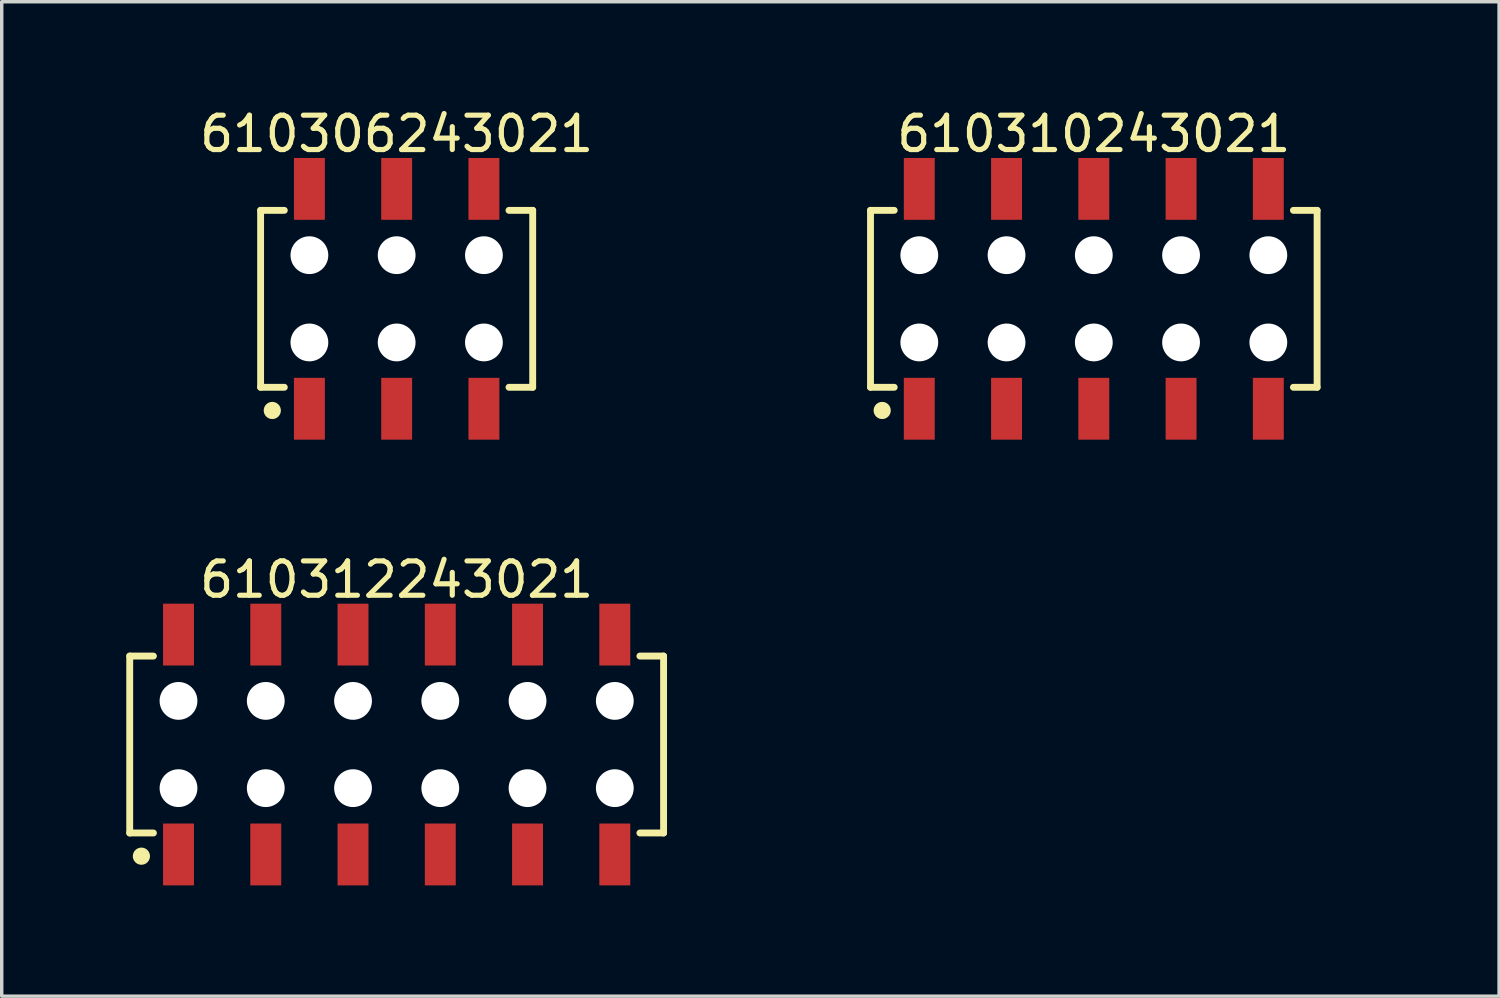
<source format=kicad_pcb>
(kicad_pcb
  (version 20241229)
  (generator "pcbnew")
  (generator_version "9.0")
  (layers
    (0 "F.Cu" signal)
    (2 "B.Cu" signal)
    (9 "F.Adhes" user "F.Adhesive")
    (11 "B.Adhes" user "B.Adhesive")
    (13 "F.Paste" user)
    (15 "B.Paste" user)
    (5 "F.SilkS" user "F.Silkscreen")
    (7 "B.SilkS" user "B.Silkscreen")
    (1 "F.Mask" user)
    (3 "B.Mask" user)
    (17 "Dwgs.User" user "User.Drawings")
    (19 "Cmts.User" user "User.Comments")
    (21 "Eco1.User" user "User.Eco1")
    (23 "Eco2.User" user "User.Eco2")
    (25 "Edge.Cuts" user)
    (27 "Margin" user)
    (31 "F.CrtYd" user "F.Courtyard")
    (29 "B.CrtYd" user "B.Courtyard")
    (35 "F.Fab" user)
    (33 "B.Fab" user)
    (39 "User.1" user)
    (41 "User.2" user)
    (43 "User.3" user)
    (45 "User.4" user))
  (footprint "610306243021"
    (layer "F.Cu")
    (at 8.496 5.648)
    (property "Reference" "610306243021" (at 0 -4.8 0) (layer "F.SilkS") (effects (font (size 1 1) (thickness 0.15))))
    (fp_line (start -3.96 -2.575) (end -3.27 -2.575) (stroke (width 0.2) (type solid)) (layer "F.SilkS"))
    (fp_line (start -3.96 2.575) (end -3.96 -2.575) (stroke (width 0.2) (type solid)) (layer "F.SilkS"))
    (fp_line (start -3.96 2.575) (end -3.27 2.575) (stroke (width 0.2) (type solid)) (layer "F.SilkS"))
    (fp_line (start 3.27 -2.575) (end 3.96 -2.575) (stroke (width 0.2) (type solid)) (layer "F.SilkS"))
    (fp_line (start 3.27 2.575) (end 3.96 2.575) (stroke (width 0.2) (type solid)) (layer "F.SilkS"))
    (fp_line (start 3.96 2.575) (end 3.96 -2.575) (stroke (width 0.2) (type solid)) (layer "F.SilkS"))
    (fp_circle (center -3.62 3.25) (end -3.62 3.125) (stroke (width 0.25) (type solid)) (fill no) (layer "F.SilkS"))
    (fp_line (start -4.16 -4.3) (end 4.16 -4.3) (stroke (width 0.05) (type solid)) (layer "Eco2.User"))
    (fp_line (start -4.16 4.3) (end -4.16 -4.3) (stroke (width 0.05) (type solid)) (layer "Eco2.User"))
    (fp_line (start -4.16 4.3) (end 4.16 4.3) (stroke (width 0.05) (type solid)) (layer "Eco2.User"))
    (fp_line (start -3.81 -2.5) (end 3.81 -2.5) (stroke (width 0.1) (type solid)) (layer "Eco2.User"))
    (fp_line (start -3.81 2.5) (end -3.81 -2.5) (stroke (width 0.1) (type solid)) (layer "Eco2.User"))
    (fp_line (start -3.81 2.5) (end 3.81 2.5) (stroke (width 0.1) (type solid)) (layer "Eco2.User"))
    (fp_line (start -2.79 -3.6) (end -2.29 -3.6) (stroke (width 0.1) (type solid)) (layer "Eco2.User"))
    (fp_line (start -2.79 -2.5) (end -2.79 -3.6) (stroke (width 0.1) (type solid)) (layer "Eco2.User"))
    (fp_line (start -2.79 3.6) (end -2.79 2.5) (stroke (width 0.1) (type solid)) (layer "Eco2.User"))
    (fp_line (start -2.79 3.6) (end -2.29 3.6) (stroke (width 0.1) (type solid)) (layer "Eco2.User"))
    (fp_line (start -2.29 -2.5) (end -2.29 -3.6) (stroke (width 0.1) (type solid)) (layer "Eco2.User"))
    (fp_line (start -2.29 3.6) (end -2.29 2.5) (stroke (width 0.1) (type solid)) (layer "Eco2.User"))
    (fp_line (start -0.5 0) (end 0.5 0) (stroke (width 0.05) (type solid)) (layer "Eco2.User"))
    (fp_line (start -0.25 -3.6) (end 0.25 -3.6) (stroke (width 0.1) (type solid)) (layer "Eco2.User"))
    (fp_line (start -0.25 -2.5) (end -0.25 -3.6) (stroke (width 0.1) (type solid)) (layer "Eco2.User"))
    (fp_line (start -0.25 3.6) (end -0.25 2.5) (stroke (width 0.1) (type solid)) (layer "Eco2.User"))
    (fp_line (start -0.25 3.6) (end 0.25 3.6) (stroke (width 0.1) (type solid)) (layer "Eco2.User"))
    (fp_line (start 0 0.5) (end 0 -0.5) (stroke (width 0.05) (type solid)) (layer "Eco2.User"))
    (fp_line (start 0.25 -2.5) (end 0.25 -3.6) (stroke (width 0.1) (type solid)) (layer "Eco2.User"))
    (fp_line (start 0.25 3.6) (end 0.25 2.5) (stroke (width 0.1) (type solid)) (layer "Eco2.User"))
    (fp_line (start 2.29 -3.6) (end 2.79 -3.6) (stroke (width 0.1) (type solid)) (layer "Eco2.User"))
    (fp_line (start 2.29 -2.5) (end 2.29 -3.6) (stroke (width 0.1) (type solid)) (layer "Eco2.User"))
    (fp_line (start 2.29 3.6) (end 2.29 2.5) (stroke (width 0.1) (type solid)) (layer "Eco2.User"))
    (fp_line (start 2.29 3.6) (end 2.79 3.6) (stroke (width 0.1) (type solid)) (layer "Eco2.User"))
    (fp_line (start 2.79 -2.5) (end 2.79 -3.6) (stroke (width 0.1) (type solid)) (layer "Eco2.User"))
    (fp_line (start 2.79 3.6) (end 2.79 2.5) (stroke (width 0.1) (type solid)) (layer "Eco2.User"))
    (fp_line (start 3.81 2.5) (end 3.81 -2.5) (stroke (width 0.1) (type solid)) (layer "Eco2.User"))
    (fp_line (start 4.16 4.3) (end 4.16 -4.3) (stroke (width 0.05) (type solid)) (layer "Eco2.User"))
    (fp_text user "${REFERENCE}" (at 0.15 -0.197 0) (unlocked yes) (layer "User.3") (effects (font (size 1.5 1.5) (thickness 0.15))))
    (pad "" np_thru_hole circle (at -2.54 -1.27) (size 1.1 1.1) (drill 1.1) (layers "*.Cu" "*.Mask"))
    (pad "" np_thru_hole circle (at -2.54 1.27) (size 1.1 1.1) (drill 1.1) (layers "*.Cu" "*.Mask"))
    (pad "" np_thru_hole circle (at 0 -1.27) (size 1.1 1.1) (drill 1.1) (layers "*.Cu" "*.Mask"))
    (pad "" np_thru_hole circle (at 0 1.27) (size 1.1 1.1) (drill 1.1) (layers "*.Cu" "*.Mask"))
    (pad "" np_thru_hole circle (at 2.54 -1.27) (size 1.1 1.1) (drill 1.1) (layers "*.Cu" "*.Mask"))
    (pad "" np_thru_hole circle (at 2.54 1.27) (size 1.1 1.1) (drill 1.1) (layers "*.Cu" "*.Mask"))
    (pad "1" smd rect (at -2.54 3.2) (size 0.9 1.8) (layers "F.Cu" "F.Mask" "F.Paste"))
    (pad "2" smd rect (at -2.54 -3.2) (size 0.9 1.8) (layers "F.Cu" "F.Mask" "F.Paste"))
    (pad "3" smd rect (at 0 3.2) (size 0.9 1.8) (layers "F.Cu" "F.Mask" "F.Paste"))
    (pad "4" smd rect (at 0 -3.2) (size 0.9 1.8) (layers "F.Cu" "F.Mask" "F.Paste"))
    (pad "5" smd rect (at 2.54 3.2) (size 0.9 1.8) (layers "F.Cu" "F.Mask" "F.Paste"))
    (pad "6" smd rect (at 2.54 -3.2) (size 0.9 1.8) (layers "F.Cu" "F.Mask" "F.Paste")))
  (footprint "610310243021"
    (layer "F.Cu")
    (at 28.789 5.648)
    (property "Reference" "610310243021" (at 0 -4.8 0) (layer "F.SilkS") (effects (font (size 1 1) (thickness 0.15))))
    (fp_line (start -6.5 -2.575) (end -5.81 -2.575) (stroke (width 0.2) (type solid)) (layer "F.SilkS"))
    (fp_line (start -6.5 2.575) (end -6.5 -2.575) (stroke (width 0.2) (type solid)) (layer "F.SilkS"))
    (fp_line (start -6.5 2.575) (end -5.81 2.575) (stroke (width 0.2) (type solid)) (layer "F.SilkS"))
    (fp_line (start 5.81 -2.575) (end 6.5 -2.575) (stroke (width 0.2) (type solid)) (layer "F.SilkS"))
    (fp_line (start 5.81 2.575) (end 6.5 2.575) (stroke (width 0.2) (type solid)) (layer "F.SilkS"))
    (fp_line (start 6.5 2.575) (end 6.5 -2.575) (stroke (width 0.2) (type solid)) (layer "F.SilkS"))
    (fp_circle (center -6.16 3.25) (end -6.16 3.125) (stroke (width 0.25) (type solid)) (fill no) (layer "F.SilkS"))
    (fp_line (start -6.7 -4.3) (end 6.7 -4.3) (stroke (width 0.05) (type solid)) (layer "Eco2.User"))
    (fp_line (start -6.7 4.3) (end -6.7 -4.3) (stroke (width 0.05) (type solid)) (layer "Eco2.User"))
    (fp_line (start -6.7 4.3) (end 6.7 4.3) (stroke (width 0.05) (type solid)) (layer "Eco2.User"))
    (fp_line (start -6.35 -2.5) (end 6.35 -2.5) (stroke (width 0.1) (type solid)) (layer "Eco2.User"))
    (fp_line (start -6.35 2.5) (end -6.35 -2.5) (stroke (width 0.1) (type solid)) (layer "Eco2.User"))
    (fp_line (start -6.35 2.5) (end 6.35 2.5) (stroke (width 0.1) (type solid)) (layer "Eco2.User"))
    (fp_line (start -5.33 -3.6) (end -4.83 -3.6) (stroke (width 0.1) (type solid)) (layer "Eco2.User"))
    (fp_line (start -5.33 -2.5) (end -5.33 -3.6) (stroke (width 0.1) (type solid)) (layer "Eco2.User"))
    (fp_line (start -5.33 3.6) (end -5.33 2.5) (stroke (width 0.1) (type solid)) (layer "Eco2.User"))
    (fp_line (start -5.33 3.6) (end -4.83 3.6) (stroke (width 0.1) (type solid)) (layer "Eco2.User"))
    (fp_line (start -4.83 -2.5) (end -4.83 -3.6) (stroke (width 0.1) (type solid)) (layer "Eco2.User"))
    (fp_line (start -4.83 3.6) (end -4.83 2.5) (stroke (width 0.1) (type solid)) (layer "Eco2.User"))
    (fp_line (start -2.79 -3.6) (end -2.29 -3.6) (stroke (width 0.1) (type solid)) (layer "Eco2.User"))
    (fp_line (start -2.79 -2.5) (end -2.79 -3.6) (stroke (width 0.1) (type solid)) (layer "Eco2.User"))
    (fp_line (start -2.79 3.6) (end -2.79 2.5) (stroke (width 0.1) (type solid)) (layer "Eco2.User"))
    (fp_line (start -2.79 3.6) (end -2.29 3.6) (stroke (width 0.1) (type solid)) (layer "Eco2.User"))
    (fp_line (start -2.29 -2.5) (end -2.29 -3.6) (stroke (width 0.1) (type solid)) (layer "Eco2.User"))
    (fp_line (start -2.29 3.6) (end -2.29 2.5) (stroke (width 0.1) (type solid)) (layer "Eco2.User"))
    (fp_line (start -0.5 0) (end 0.5 0) (stroke (width 0.05) (type solid)) (layer "Eco2.User"))
    (fp_line (start -0.25 -3.6) (end 0.25 -3.6) (stroke (width 0.1) (type solid)) (layer "Eco2.User"))
    (fp_line (start -0.25 -2.5) (end -0.25 -3.6) (stroke (width 0.1) (type solid)) (layer "Eco2.User"))
    (fp_line (start -0.25 3.6) (end -0.25 2.5) (stroke (width 0.1) (type solid)) (layer "Eco2.User"))
    (fp_line (start -0.25 3.6) (end 0.25 3.6) (stroke (width 0.1) (type solid)) (layer "Eco2.User"))
    (fp_line (start 0 0.5) (end 0 -0.5) (stroke (width 0.05) (type solid)) (layer "Eco2.User"))
    (fp_line (start 0.25 -2.5) (end 0.25 -3.6) (stroke (width 0.1) (type solid)) (layer "Eco2.User"))
    (fp_line (start 0.25 3.6) (end 0.25 2.5) (stroke (width 0.1) (type solid)) (layer "Eco2.User"))
    (fp_line (start 2.29 -3.6) (end 2.79 -3.6) (stroke (width 0.1) (type solid)) (layer "Eco2.User"))
    (fp_line (start 2.29 -2.5) (end 2.29 -3.6) (stroke (width 0.1) (type solid)) (layer "Eco2.User"))
    (fp_line (start 2.29 3.6) (end 2.29 2.5) (stroke (width 0.1) (type solid)) (layer "Eco2.User"))
    (fp_line (start 2.29 3.6) (end 2.79 3.6) (stroke (width 0.1) (type solid)) (layer "Eco2.User"))
    (fp_line (start 2.79 -2.5) (end 2.79 -3.6) (stroke (width 0.1) (type solid)) (layer "Eco2.User"))
    (fp_line (start 2.79 3.6) (end 2.79 2.5) (stroke (width 0.1) (type solid)) (layer "Eco2.User"))
    (fp_line (start 4.83 -3.6) (end 5.33 -3.6) (stroke (width 0.1) (type solid)) (layer "Eco2.User"))
    (fp_line (start 4.83 -2.5) (end 4.83 -3.6) (stroke (width 0.1) (type solid)) (layer "Eco2.User"))
    (fp_line (start 4.83 3.6) (end 4.83 2.5) (stroke (width 0.1) (type solid)) (layer "Eco2.User"))
    (fp_line (start 4.83 3.6) (end 5.33 3.6) (stroke (width 0.1) (type solid)) (layer "Eco2.User"))
    (fp_line (start 5.33 -2.5) (end 5.33 -3.6) (stroke (width 0.1) (type solid)) (layer "Eco2.User"))
    (fp_line (start 5.33 3.6) (end 5.33 2.5) (stroke (width 0.1) (type solid)) (layer "Eco2.User"))
    (fp_line (start 6.35 2.5) (end 6.35 -2.5) (stroke (width 0.1) (type solid)) (layer "Eco2.User"))
    (fp_line (start 6.7 4.3) (end 6.7 -4.3) (stroke (width 0.05) (type solid)) (layer "Eco2.User"))
    (fp_text user "${REFERENCE}" (at 0.15 -0.197 0) (unlocked yes) (layer "User.3") (effects (font (size 1.5 1.5) (thickness 0.15))))
    (pad "" np_thru_hole circle (at -5.08 -1.27) (size 1.1 1.1) (drill 1.1) (layers "*.Cu" "*.Mask"))
    (pad "" np_thru_hole circle (at -5.08 1.27) (size 1.1 1.1) (drill 1.1) (layers "*.Cu" "*.Mask"))
    (pad "" np_thru_hole circle (at -2.54 -1.27) (size 1.1 1.1) (drill 1.1) (layers "*.Cu" "*.Mask"))
    (pad "" np_thru_hole circle (at -2.54 1.27) (size 1.1 1.1) (drill 1.1) (layers "*.Cu" "*.Mask"))
    (pad "" np_thru_hole circle (at 0 -1.27) (size 1.1 1.1) (drill 1.1) (layers "*.Cu" "*.Mask"))
    (pad "" np_thru_hole circle (at 0 1.27) (size 1.1 1.1) (drill 1.1) (layers "*.Cu" "*.Mask"))
    (pad "" np_thru_hole circle (at 2.54 -1.27) (size 1.1 1.1) (drill 1.1) (layers "*.Cu" "*.Mask"))
    (pad "" np_thru_hole circle (at 2.54 1.27) (size 1.1 1.1) (drill 1.1) (layers "*.Cu" "*.Mask"))
    (pad "" np_thru_hole circle (at 5.08 -1.27) (size 1.1 1.1) (drill 1.1) (layers "*.Cu" "*.Mask"))
    (pad "" np_thru_hole circle (at 5.08 1.27) (size 1.1 1.1) (drill 1.1) (layers "*.Cu" "*.Mask"))
    (pad "1" smd rect (at -5.08 3.2) (size 0.9 1.8) (layers "F.Cu" "F.Mask" "F.Paste"))
    (pad "2" smd rect (at -5.08 -3.2) (size 0.9 1.8) (layers "F.Cu" "F.Mask" "F.Paste"))
    (pad "3" smd rect (at -2.54 3.2) (size 0.9 1.8) (layers "F.Cu" "F.Mask" "F.Paste"))
    (pad "4" smd rect (at -2.54 -3.2) (size 0.9 1.8) (layers "F.Cu" "F.Mask" "F.Paste"))
    (pad "5" smd rect (at 0 3.2) (size 0.9 1.8) (layers "F.Cu" "F.Mask" "F.Paste"))
    (pad "6" smd rect (at 0 -3.2) (size 0.9 1.8) (layers "F.Cu" "F.Mask" "F.Paste"))
    (pad "7" smd rect (at 2.54 3.2) (size 0.9 1.8) (layers "F.Cu" "F.Mask" "F.Paste"))
    (pad "8" smd rect (at 2.54 -3.2) (size 0.9 1.8) (layers "F.Cu" "F.Mask" "F.Paste"))
    (pad "9" smd rect (at 5.08 3.2) (size 0.9 1.8) (layers "F.Cu" "F.Mask" "F.Paste"))
    (pad "10" smd rect (at 5.08 -3.2) (size 0.9 1.8) (layers "F.Cu" "F.Mask" "F.Paste")))
  (footprint "610312243021"
    (layer "F.Cu")
    (at 8.496 18.622)
    (property "Reference" "610312243021" (at 0 -4.8 0) (layer "F.SilkS") (effects (font (size 1 1) (thickness 0.15))))
    (fp_line (start -7.77 -2.575) (end -7.08 -2.575) (stroke (width 0.2) (type solid)) (layer "F.SilkS"))
    (fp_line (start -7.77 2.575) (end -7.77 -2.575) (stroke (width 0.2) (type solid)) (layer "F.SilkS"))
    (fp_line (start -7.77 2.575) (end -7.08 2.575) (stroke (width 0.2) (type solid)) (layer "F.SilkS"))
    (fp_line (start 7.08 -2.575) (end 7.77 -2.575) (stroke (width 0.2) (type solid)) (layer "F.SilkS"))
    (fp_line (start 7.08 2.575) (end 7.77 2.575) (stroke (width 0.2) (type solid)) (layer "F.SilkS"))
    (fp_line (start 7.77 2.575) (end 7.77 -2.575) (stroke (width 0.2) (type solid)) (layer "F.SilkS"))
    (fp_circle (center -7.43 3.25) (end -7.43 3.125) (stroke (width 0.25) (type solid)) (fill no) (layer "F.SilkS"))
    (fp_line (start -7.97 -4.3) (end 7.97 -4.3) (stroke (width 0.05) (type solid)) (layer "Eco2.User"))
    (fp_line (start -7.97 4.3) (end -7.97 -4.3) (stroke (width 0.05) (type solid)) (layer "Eco2.User"))
    (fp_line (start -7.97 4.3) (end 7.97 4.3) (stroke (width 0.05) (type solid)) (layer "Eco2.User"))
    (fp_line (start -7.62 -2.5) (end 7.62 -2.5) (stroke (width 0.1) (type solid)) (layer "Eco2.User"))
    (fp_line (start -7.62 2.5) (end -7.62 -2.5) (stroke (width 0.1) (type solid)) (layer "Eco2.User"))
    (fp_line (start -7.62 2.5) (end 7.62 2.5) (stroke (width 0.1) (type solid)) (layer "Eco2.User"))
    (fp_line (start -6.6 -3.6) (end -6.1 -3.6) (stroke (width 0.1) (type solid)) (layer "Eco2.User"))
    (fp_line (start -6.6 -2.5) (end -6.6 -3.6) (stroke (width 0.1) (type solid)) (layer "Eco2.User"))
    (fp_line (start -6.6 3.6) (end -6.6 2.5) (stroke (width 0.1) (type solid)) (layer "Eco2.User"))
    (fp_line (start -6.6 3.6) (end -6.1 3.6) (stroke (width 0.1) (type solid)) (layer "Eco2.User"))
    (fp_line (start -6.1 -2.5) (end -6.1 -3.6) (stroke (width 0.1) (type solid)) (layer "Eco2.User"))
    (fp_line (start -6.1 3.6) (end -6.1 2.5) (stroke (width 0.1) (type solid)) (layer "Eco2.User"))
    (fp_line (start -4.06 -3.6) (end -3.56 -3.6) (stroke (width 0.1) (type solid)) (layer "Eco2.User"))
    (fp_line (start -4.06 -2.5) (end -4.06 -3.6) (stroke (width 0.1) (type solid)) (layer "Eco2.User"))
    (fp_line (start -4.06 3.6) (end -4.06 2.5) (stroke (width 0.1) (type solid)) (layer "Eco2.User"))
    (fp_line (start -4.06 3.6) (end -3.56 3.6) (stroke (width 0.1) (type solid)) (layer "Eco2.User"))
    (fp_line (start -3.56 -2.5) (end -3.56 -3.6) (stroke (width 0.1) (type solid)) (layer "Eco2.User"))
    (fp_line (start -3.56 3.6) (end -3.56 2.5) (stroke (width 0.1) (type solid)) (layer "Eco2.User"))
    (fp_line (start -1.52 -3.6) (end -1.02 -3.6) (stroke (width 0.1) (type solid)) (layer "Eco2.User"))
    (fp_line (start -1.52 -2.5) (end -1.52 -3.6) (stroke (width 0.1) (type solid)) (layer "Eco2.User"))
    (fp_line (start -1.52 3.6) (end -1.52 2.5) (stroke (width 0.1) (type solid)) (layer "Eco2.User"))
    (fp_line (start -1.52 3.6) (end -1.02 3.6) (stroke (width 0.1) (type solid)) (layer "Eco2.User"))
    (fp_line (start -1.02 -2.5) (end -1.02 -3.6) (stroke (width 0.1) (type solid)) (layer "Eco2.User"))
    (fp_line (start -1.02 3.6) (end -1.02 2.5) (stroke (width 0.1) (type solid)) (layer "Eco2.User"))
    (fp_line (start -0.5 0) (end 0.5 0) (stroke (width 0.05) (type solid)) (layer "Eco2.User"))
    (fp_line (start 0 0.5) (end 0 -0.5) (stroke (width 0.05) (type solid)) (layer "Eco2.User"))
    (fp_line (start 1.02 -3.6) (end 1.52 -3.6) (stroke (width 0.1) (type solid)) (layer "Eco2.User"))
    (fp_line (start 1.02 -2.5) (end 1.02 -3.6) (stroke (width 0.1) (type solid)) (layer "Eco2.User"))
    (fp_line (start 1.02 3.6) (end 1.02 2.5) (stroke (width 0.1) (type solid)) (layer "Eco2.User"))
    (fp_line (start 1.02 3.6) (end 1.52 3.6) (stroke (width 0.1) (type solid)) (layer "Eco2.User"))
    (fp_line (start 1.52 -2.5) (end 1.52 -3.6) (stroke (width 0.1) (type solid)) (layer "Eco2.User"))
    (fp_line (start 1.52 3.6) (end 1.52 2.5) (stroke (width 0.1) (type solid)) (layer "Eco2.User"))
    (fp_line (start 3.56 -3.6) (end 4.06 -3.6) (stroke (width 0.1) (type solid)) (layer "Eco2.User"))
    (fp_line (start 3.56 -2.5) (end 3.56 -3.6) (stroke (width 0.1) (type solid)) (layer "Eco2.User"))
    (fp_line (start 3.56 3.6) (end 3.56 2.5) (stroke (width 0.1) (type solid)) (layer "Eco2.User"))
    (fp_line (start 3.56 3.6) (end 4.06 3.6) (stroke (width 0.1) (type solid)) (layer "Eco2.User"))
    (fp_line (start 4.06 -2.5) (end 4.06 -3.6) (stroke (width 0.1) (type solid)) (layer "Eco2.User"))
    (fp_line (start 4.06 3.6) (end 4.06 2.5) (stroke (width 0.1) (type solid)) (layer "Eco2.User"))
    (fp_line (start 6.1 -3.6) (end 6.6 -3.6) (stroke (width 0.1) (type solid)) (layer "Eco2.User"))
    (fp_line (start 6.1 -2.5) (end 6.1 -3.6) (stroke (width 0.1) (type solid)) (layer "Eco2.User"))
    (fp_line (start 6.1 3.6) (end 6.1 2.5) (stroke (width 0.1) (type solid)) (layer "Eco2.User"))
    (fp_line (start 6.1 3.6) (end 6.6 3.6) (stroke (width 0.1) (type solid)) (layer "Eco2.User"))
    (fp_line (start 6.6 -2.5) (end 6.6 -3.6) (stroke (width 0.1) (type solid)) (layer "Eco2.User"))
    (fp_line (start 6.6 3.6) (end 6.6 2.5) (stroke (width 0.1) (type solid)) (layer "Eco2.User"))
    (fp_line (start 7.62 2.5) (end 7.62 -2.5) (stroke (width 0.1) (type solid)) (layer "Eco2.User"))
    (fp_line (start 7.97 4.3) (end 7.97 -4.3) (stroke (width 0.05) (type solid)) (layer "Eco2.User"))
    (fp_text user "${REFERENCE}" (at 0.15 -0.197 0) (unlocked yes) (layer "User.3") (effects (font (size 1.5 1.5) (thickness 0.15))))
    (pad "" np_thru_hole circle (at -6.35 -1.27) (size 1.1 1.1) (drill 1.1) (layers "*.Cu" "*.Mask"))
    (pad "" np_thru_hole circle (at -6.35 1.27) (size 1.1 1.1) (drill 1.1) (layers "*.Cu" "*.Mask"))
    (pad "" np_thru_hole circle (at -3.81 -1.27) (size 1.1 1.1) (drill 1.1) (layers "*.Cu" "*.Mask"))
    (pad "" np_thru_hole circle (at -3.81 1.27) (size 1.1 1.1) (drill 1.1) (layers "*.Cu" "*.Mask"))
    (pad "" np_thru_hole circle (at -1.27 -1.27) (size 1.1 1.1) (drill 1.1) (layers "*.Cu" "*.Mask"))
    (pad "" np_thru_hole circle (at -1.27 1.27) (size 1.1 1.1) (drill 1.1) (layers "*.Cu" "*.Mask"))
    (pad "" np_thru_hole circle (at 1.27 -1.27) (size 1.1 1.1) (drill 1.1) (layers "*.Cu" "*.Mask"))
    (pad "" np_thru_hole circle (at 1.27 1.27) (size 1.1 1.1) (drill 1.1) (layers "*.Cu" "*.Mask"))
    (pad "" np_thru_hole circle (at 3.81 -1.27) (size 1.1 1.1) (drill 1.1) (layers "*.Cu" "*.Mask"))
    (pad "" np_thru_hole circle (at 3.81 1.27) (size 1.1 1.1) (drill 1.1) (layers "*.Cu" "*.Mask"))
    (pad "" np_thru_hole circle (at 6.35 -1.27) (size 1.1 1.1) (drill 1.1) (layers "*.Cu" "*.Mask"))
    (pad "" np_thru_hole circle (at 6.35 1.27) (size 1.1 1.1) (drill 1.1) (layers "*.Cu" "*.Mask"))
    (pad "1" smd rect (at -6.35 3.2) (size 0.9 1.8) (layers "F.Cu" "F.Mask" "F.Paste"))
    (pad "2" smd rect (at -6.35 -3.2) (size 0.9 1.8) (layers "F.Cu" "F.Mask" "F.Paste"))
    (pad "3" smd rect (at -3.81 3.2) (size 0.9 1.8) (layers "F.Cu" "F.Mask" "F.Paste"))
    (pad "4" smd rect (at -3.81 -3.2) (size 0.9 1.8) (layers "F.Cu" "F.Mask" "F.Paste"))
    (pad "5" smd rect (at -1.27 3.2) (size 0.9 1.8) (layers "F.Cu" "F.Mask" "F.Paste"))
    (pad "6" smd rect (at -1.27 -3.2) (size 0.9 1.8) (layers "F.Cu" "F.Mask" "F.Paste"))
    (pad "7" smd rect (at 1.27 3.2) (size 0.9 1.8) (layers "F.Cu" "F.Mask" "F.Paste"))
    (pad "8" smd rect (at 1.27 -3.2) (size 0.9 1.8) (layers "F.Cu" "F.Mask" "F.Paste"))
    (pad "9" smd rect (at 3.81 3.2) (size 0.9 1.8) (layers "F.Cu" "F.Mask" "F.Paste"))
    (pad "10" smd rect (at 3.81 -3.2) (size 0.9 1.8) (layers "F.Cu" "F.Mask" "F.Paste"))
    (pad "11" smd rect (at 6.35 3.2) (size 0.9 1.8) (layers "F.Cu" "F.Mask" "F.Paste"))
    (pad "12" smd rect (at 6.35 -3.2) (size 0.9 1.8) (layers "F.Cu" "F.Mask" "F.Paste")))
  (gr_rect
    (start -3 -3)
    (end 40.586 25.947)
    (stroke (width 0.1) (type default))
    (fill no)
    (layer "Edge.Cuts")))
</source>
